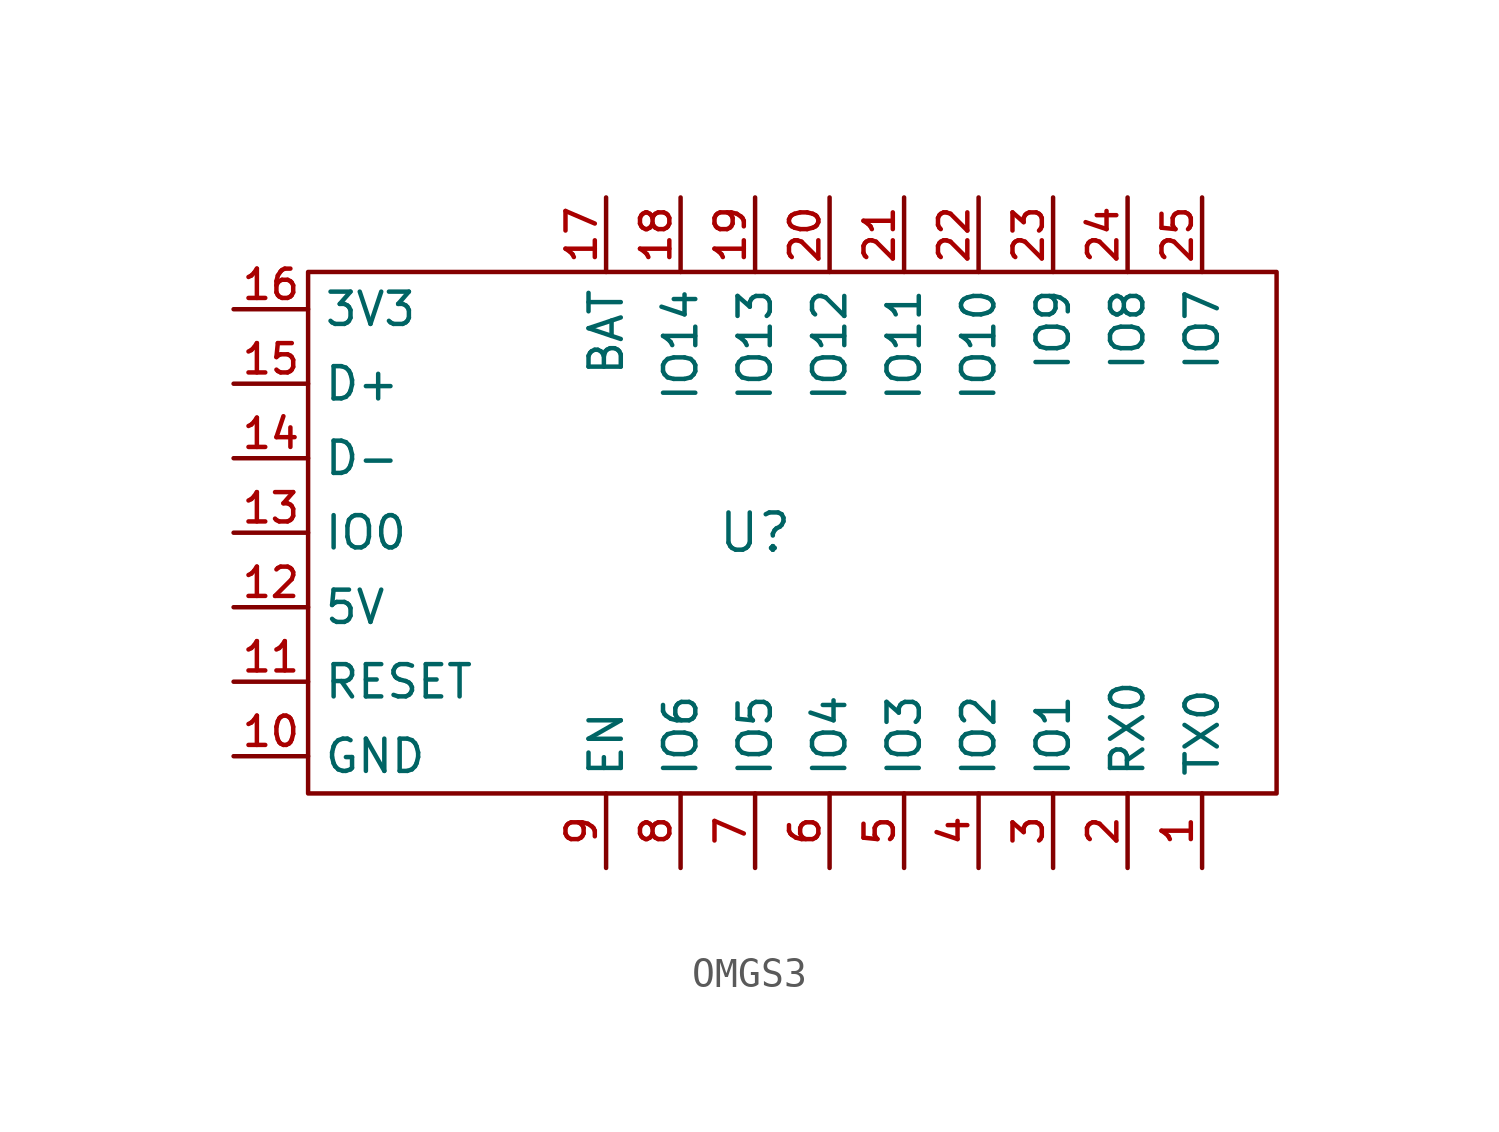
<source format=kicad_sym>
(kicad_symbol_lib
  (version 20231120)
  (generator "kicad_symbol_editor")
  (generator_version "8.0")
  (symbol "OMGS3"
    (property "Reference" "U"
      (at 0 0 0)
      (effects (font (size 1.27 1.27))))
    (property "Value" ""
      (at 0 1.27 0)
      (effects (font (size 1.27 1.27))))
    (symbol "OMGS3_0_1"
      (rectangle (start -15.24 8.89) (end 17.78 -8.89) (stroke (width 0) (type default)) (fill (type none))))
    (symbol "OMGS3_1_1"
      (pin input line (at 15.24 -11.43 90) (length 2.54) (name "TX0" (effects (font (size 1.1 1.1)))) (number "1" (effects (font (size 1 1)))))
      (pin input line (at -17.78 -7.62 0) (length 2.54) (name "GND" (effects (font (size 1.1 1.1)))) (number "10" (effects (font (size 1 1)))))
      (pin input line (at -17.78 -5.08 0) (length 2.54) (name "RESET" (effects (font (size 1.1 1.1)))) (number "11" (effects (font (size 1 1)))))
      (pin input line (at -17.78 -2.54 0) (length 2.54) (name "5V" (effects (font (size 1.1 1.1)))) (number "12" (effects (font (size 1 1)))))
      (pin input line (at -17.78 0 0) (length 2.54) (name "IO0" (effects (font (size 1.1 1.1)))) (number "13" (effects (font (size 1 1)))))
      (pin input line (at -17.78 2.54 0) (length 2.54) (name "D-" (effects (font (size 1.1 1.1)))) (number "14" (effects (font (size 1 1)))))
      (pin input line (at -17.78 5.08 0) (length 2.54) (name "D+" (effects (font (size 1.1 1.1)))) (number "15" (effects (font (size 1 1)))))
      (pin input line (at -17.78 7.62 0) (length 2.54) (name "3V3" (effects (font (size 1.1 1.1)))) (number "16" (effects (font (size 1 1)))))
      (pin input line (at -5.08 11.43 270) (length 2.54) (name "BAT" (effects (font (size 1.1 1.1)))) (number "17" (effects (font (size 1 1)))))
      (pin input line (at -2.54 11.43 270) (length 2.54) (name "IO14" (effects (font (size 1.1 1.1)))) (number "18" (effects (font (size 1 1)))))
      (pin input line (at 0 11.43 270) (length 2.54) (name "IO13" (effects (font (size 1.1 1.1)))) (number "19" (effects (font (size 1 1)))))
      (pin input line (at 12.7 -11.43 90) (length 2.54) (name "RX0" (effects (font (size 1.1 1.1)))) (number "2" (effects (font (size 1 1)))))
      (pin input line (at 2.54 11.43 270) (length 2.54) (name "IO12" (effects (font (size 1.1 1.1)))) (number "20" (effects (font (size 1 1)))))
      (pin input line (at 5.08 11.43 270) (length 2.54) (name "IO11" (effects (font (size 1.1 1.1)))) (number "21" (effects (font (size 1 1)))))
      (pin input line (at 7.62 11.43 270) (length 2.54) (name "IO10" (effects (font (size 1.1 1.1)))) (number "22" (effects (font (size 1 1)))))
      (pin input line (at 10.16 11.43 270) (length 2.54) (name "IO9" (effects (font (size 1.1 1.1)))) (number "23" (effects (font (size 1 1)))))
      (pin input line (at 12.7 11.43 270) (length 2.54) (name "IO8" (effects (font (size 1.1 1.1)))) (number "24" (effects (font (size 1 1)))))
      (pin input line (at 15.24 11.43 270) (length 2.54) (name "IO7" (effects (font (size 1.1 1.1)))) (number "25" (effects (font (size 1 1)))))
      (pin input line (at 10.16 -11.43 90) (length 2.54) (name "IO1" (effects (font (size 1.1 1.1)))) (number "3" (effects (font (size 1 1)))))
      (pin input line (at 7.62 -11.43 90) (length 2.54) (name "IO2" (effects (font (size 1.1 1.1)))) (number "4" (effects (font (size 1 1)))))
      (pin input line (at 5.08 -11.43 90) (length 2.54) (name "IO3" (effects (font (size 1.1 1.1)))) (number "5" (effects (font (size 1 1)))))
      (pin input line (at 2.54 -11.43 90) (length 2.54) (name "IO4" (effects (font (size 1.1 1.1)))) (number "6" (effects (font (size 1 1)))))
      (pin input line (at 0 -11.43 90) (length 2.54) (name "IO5" (effects (font (size 1.1 1.1)))) (number "7" (effects (font (size 1 1)))))
      (pin input line (at -2.54 -11.43 90) (length 2.54) (name "IO6" (effects (font (size 1.1 1.1)))) (number "8" (effects (font (size 1 1)))))
      (pin input line (at -5.08 -11.43 90) (length 2.54) (name "EN" (effects (font (size 1.1 1.1)))) (number "9" (effects (font (size 1 1))))))))
</source>
